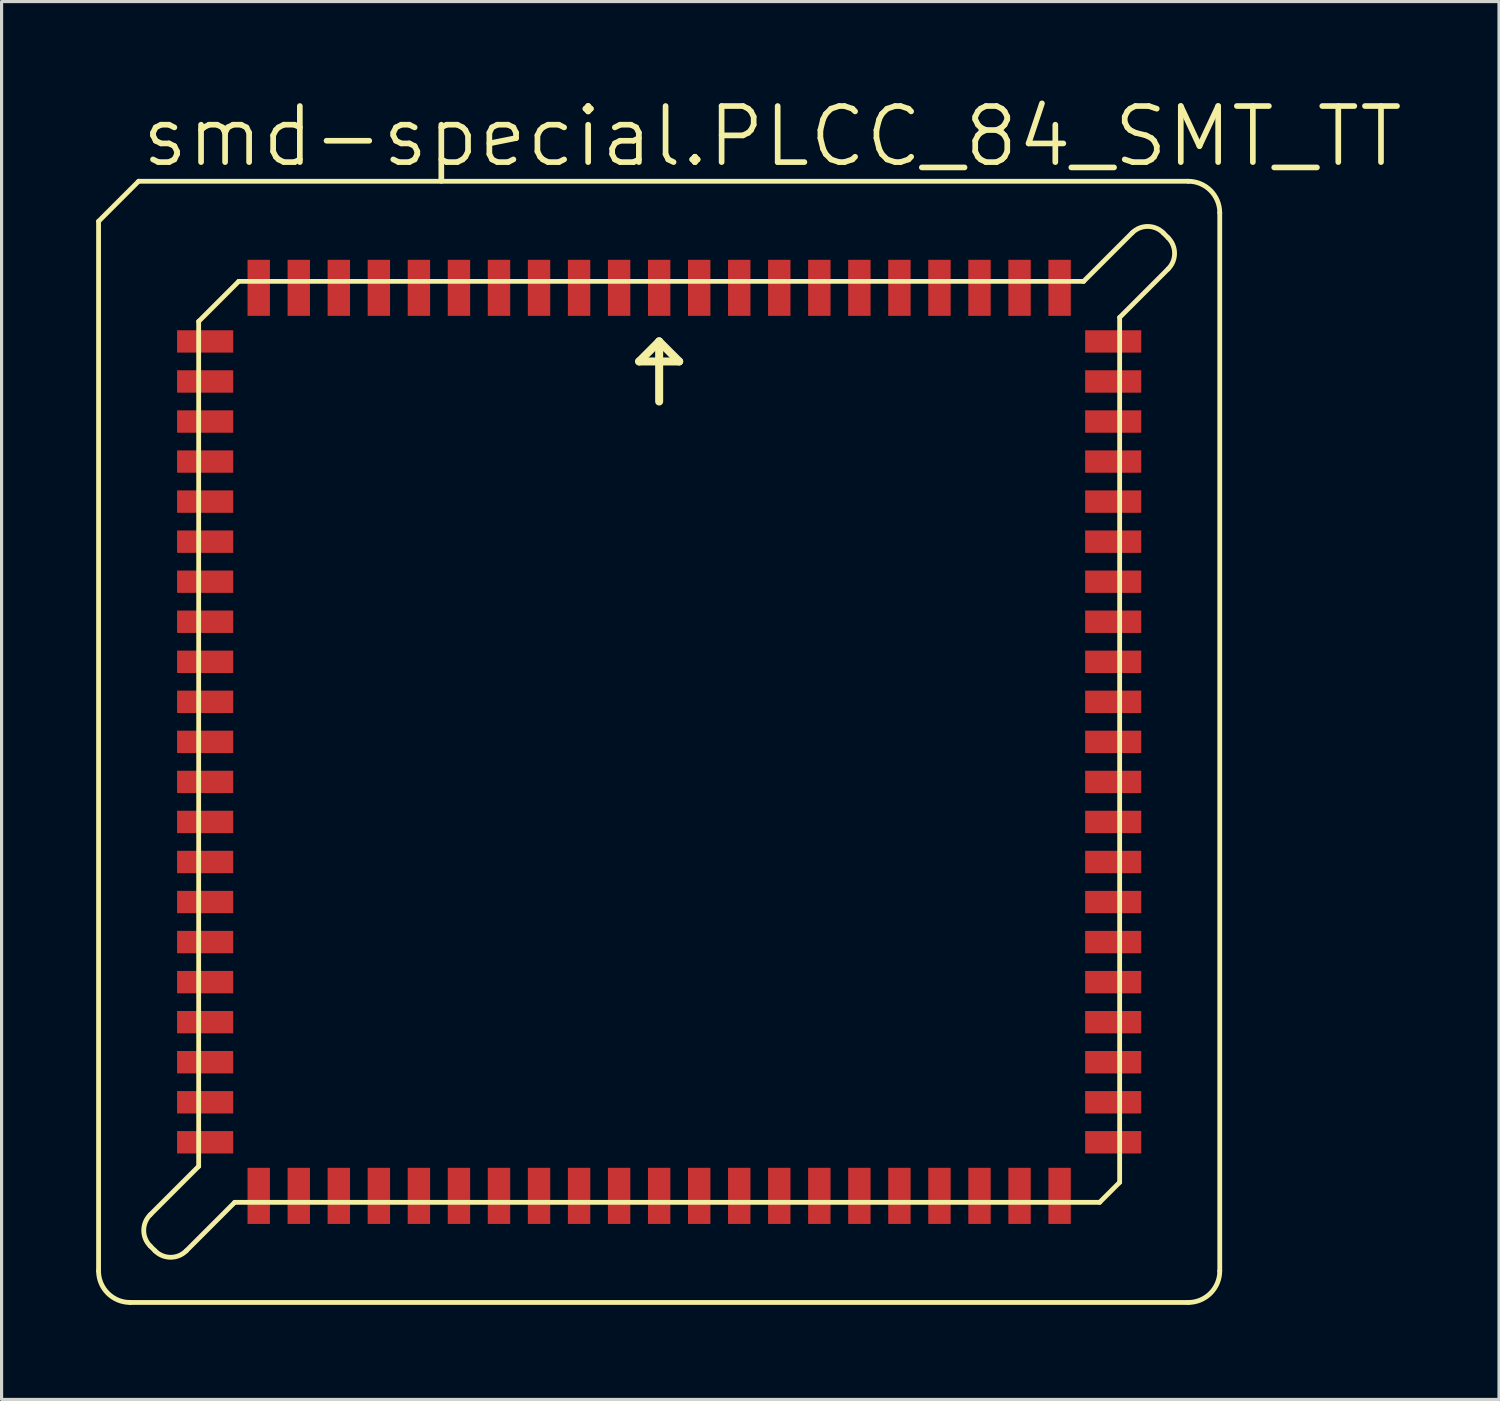
<source format=kicad_pcb>
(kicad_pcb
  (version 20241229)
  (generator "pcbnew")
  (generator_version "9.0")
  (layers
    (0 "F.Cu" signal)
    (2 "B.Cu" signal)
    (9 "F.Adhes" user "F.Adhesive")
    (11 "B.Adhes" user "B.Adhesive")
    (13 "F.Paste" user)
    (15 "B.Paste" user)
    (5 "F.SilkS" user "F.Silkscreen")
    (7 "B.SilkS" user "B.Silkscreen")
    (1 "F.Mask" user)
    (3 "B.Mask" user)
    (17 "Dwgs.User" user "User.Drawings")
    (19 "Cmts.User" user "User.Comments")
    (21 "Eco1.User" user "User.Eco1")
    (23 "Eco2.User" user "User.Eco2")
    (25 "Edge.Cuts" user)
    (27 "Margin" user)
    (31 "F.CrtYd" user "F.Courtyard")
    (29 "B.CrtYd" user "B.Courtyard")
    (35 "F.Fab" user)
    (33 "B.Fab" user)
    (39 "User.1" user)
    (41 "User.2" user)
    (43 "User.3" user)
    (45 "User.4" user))
  (footprint "smd-special.PLCC_84_SMT_TT"
    (layer "F.Cu")
    (at 17.856 20.479)
    (property "Reference" "smd-special.PLCC_84_SMT_TT" (at -16.51 -18.161 0) (layer "F.SilkS") (effects (font (size 1.778 1.778) (thickness 0.18)) (justify left bottom)))
    (attr smd)
    (fp_line (start -17.78 16.78) (end -17.78 -16.51) (stroke (width 0.152) (type default)) (layer "F.SilkS"))
    (fp_line (start -16.78 17.78) (end 16.78 17.78) (stroke (width 0.152) (type default)) (layer "F.SilkS"))
    (fp_line (start -16.51 -17.78) (end -17.78 -16.51) (stroke (width 0.152) (type default)) (layer "F.SilkS"))
    (fp_line (start -15.989 16.142) (end -16.142 15.989) (stroke (width 0.152) (type default)) (layer "F.SilkS"))
    (fp_line (start -14.605 -13.335) (end -13.335 -14.605) (stroke (width 0.152) (type default)) (layer "F.SilkS"))
    (fp_line (start -14.605 13.462) (end -16.142 14.999) (stroke (width 0.152) (type default)) (layer "F.SilkS"))
    (fp_line (start -14.605 13.462) (end -14.605 -13.335) (stroke (width 0.152) (type default)) (layer "F.SilkS"))
    (fp_line (start -13.462 14.605) (end -14.999 16.142) (stroke (width 0.152) (type default)) (layer "F.SilkS"))
    (fp_line (start -13.462 14.605) (end 13.97 14.605) (stroke (width 0.152) (type default)) (layer "F.SilkS"))
    (fp_line (start -13.335 -14.605) (end 13.462 -14.605) (stroke (width 0.152) (type default)) (layer "F.SilkS"))
    (fp_line (start -0.635 -12.065) (end 0 -12.7) (stroke (width 0.254) (type default)) (layer "F.SilkS"))
    (fp_line (start 0 -12.7) (end 0 -10.795) (stroke (width 0.254) (type default)) (layer "F.SilkS"))
    (fp_line (start 0 -12.7) (end 0.635 -12.065) (stroke (width 0.254) (type default)) (layer "F.SilkS"))
    (fp_line (start 0.635 -12.065) (end -0.635 -12.065) (stroke (width 0.254) (type default)) (layer "F.SilkS"))
    (fp_line (start 13.462 -14.605) (end 14.999 -16.142) (stroke (width 0.152) (type default)) (layer "F.SilkS"))
    (fp_line (start 14.605 13.97) (end 13.97 14.605) (stroke (width 0.152) (type default)) (layer "F.SilkS"))
    (fp_line (start 14.605 13.97) (end 14.605 -13.462) (stroke (width 0.152) (type default)) (layer "F.SilkS"))
    (fp_line (start 15.989 -16.142) (end 16.142 -15.989) (stroke (width 0.152) (type default)) (layer "F.SilkS"))
    (fp_line (start 16.142 -14.999) (end 14.605 -13.462) (stroke (width 0.152) (type default)) (layer "F.SilkS"))
    (fp_line (start 16.78 -17.78) (end -16.51 -17.78) (stroke (width 0.152) (type default)) (layer "F.SilkS"))
    (fp_line (start 17.78 16.78) (end 17.78 -16.78) (stroke (width 0.152) (type default)) (layer "F.SilkS"))
    (fp_arc (start -16.78 17.78) (mid -17.487107 17.487107) (end -17.78 16.78) (stroke (width 0.1524) (type default)) (layer "F.SilkS"))
    (fp_arc (start -16.142 15.989) (mid -16.347036 15.494) (end -16.142 14.999) (stroke (width 0.1524) (type default)) (layer "F.SilkS"))
    (fp_arc (start -14.999 16.142) (mid -15.494 16.347036) (end -15.989 16.142) (stroke (width 0.1524) (type default)) (layer "F.SilkS"))
    (fp_arc (start 14.999 -16.142) (mid 15.494 -16.347036) (end 15.989 -16.142) (stroke (width 0.1524) (type default)) (layer "F.SilkS"))
    (fp_arc (start 16.142 -15.989) (mid 16.347036 -15.494) (end 16.142 -14.999) (stroke (width 0.1524) (type default)) (layer "F.SilkS"))
    (fp_arc (start 16.78 -17.78) (mid 17.487107 -17.487107) (end 17.78 -16.78) (stroke (width 0.1524) (type default)) (layer "F.SilkS"))
    (fp_arc (start 17.78 16.78) (mid 17.487107 17.487107) (end 16.78 17.78) (stroke (width 0.1524) (type default)) (layer "F.SilkS"))
    (pad "1" smd roundrect (at 0 -14.4) (size 0.71 1.78) (layers "F.Cu" "F.Mask" "F.Paste") (roundrect_rratio 0.01))
    (pad "2" smd roundrect (at -1.27 -14.4) (size 0.71 1.78) (layers "F.Cu" "F.Mask" "F.Paste") (roundrect_rratio 0.01))
    (pad "3" smd roundrect (at -2.54 -14.4) (size 0.71 1.78) (layers "F.Cu" "F.Mask" "F.Paste") (roundrect_rratio 0.01))
    (pad "4" smd roundrect (at -3.81 -14.4) (size 0.71 1.78) (layers "F.Cu" "F.Mask" "F.Paste") (roundrect_rratio 0.01))
    (pad "5" smd roundrect (at -5.08 -14.4) (size 0.71 1.78) (layers "F.Cu" "F.Mask" "F.Paste") (roundrect_rratio 0.01))
    (pad "6" smd roundrect (at -6.35 -14.4) (size 0.71 1.78) (layers "F.Cu" "F.Mask" "F.Paste") (roundrect_rratio 0.01))
    (pad "7" smd roundrect (at -7.62 -14.4) (size 0.71 1.78) (layers "F.Cu" "F.Mask" "F.Paste") (roundrect_rratio 0.01))
    (pad "8" smd roundrect (at -8.89 -14.4) (size 0.71 1.78) (layers "F.Cu" "F.Mask" "F.Paste") (roundrect_rratio 0.01))
    (pad "9" smd roundrect (at -10.16 -14.4) (size 0.71 1.78) (layers "F.Cu" "F.Mask" "F.Paste") (roundrect_rratio 0.01))
    (pad "10" smd roundrect (at -11.43 -14.4) (size 0.71 1.78) (layers "F.Cu" "F.Mask" "F.Paste") (roundrect_rratio 0.01))
    (pad "11" smd roundrect (at -12.7 -14.4) (size 0.71 1.78) (layers "F.Cu" "F.Mask" "F.Paste") (roundrect_rratio 0.01))
    (pad "12" smd roundrect (at -14.4 -12.7) (size 1.78 0.71) (layers "F.Cu" "F.Mask" "F.Paste") (roundrect_rratio 0.01))
    (pad "13" smd roundrect (at -14.4 -11.43) (size 1.78 0.71) (layers "F.Cu" "F.Mask" "F.Paste") (roundrect_rratio 0.01))
    (pad "14" smd roundrect (at -14.4 -10.16) (size 1.78 0.71) (layers "F.Cu" "F.Mask" "F.Paste") (roundrect_rratio 0.01))
    (pad "15" smd roundrect (at -14.4 -8.89) (size 1.78 0.71) (layers "F.Cu" "F.Mask" "F.Paste") (roundrect_rratio 0.01))
    (pad "16" smd roundrect (at -14.4 -7.62) (size 1.78 0.71) (layers "F.Cu" "F.Mask" "F.Paste") (roundrect_rratio 0.01))
    (pad "17" smd roundrect (at -14.4 -6.35) (size 1.78 0.71) (layers "F.Cu" "F.Mask" "F.Paste") (roundrect_rratio 0.01))
    (pad "18" smd roundrect (at -14.4 -5.08) (size 1.78 0.71) (layers "F.Cu" "F.Mask" "F.Paste") (roundrect_rratio 0.01))
    (pad "19" smd roundrect (at -14.4 -3.81) (size 1.78 0.71) (layers "F.Cu" "F.Mask" "F.Paste") (roundrect_rratio 0.01))
    (pad "20" smd roundrect (at -14.4 -2.54) (size 1.78 0.71) (layers "F.Cu" "F.Mask" "F.Paste") (roundrect_rratio 0.01))
    (pad "21" smd roundrect (at -14.4 -1.27) (size 1.78 0.71) (layers "F.Cu" "F.Mask" "F.Paste") (roundrect_rratio 0.01))
    (pad "22" smd roundrect (at -14.4 0) (size 1.78 0.71) (layers "F.Cu" "F.Mask" "F.Paste") (roundrect_rratio 0.01))
    (pad "23" smd roundrect (at -14.4 1.27) (size 1.78 0.71) (layers "F.Cu" "F.Mask" "F.Paste") (roundrect_rratio 0.01))
    (pad "24" smd roundrect (at -14.4 2.54) (size 1.78 0.71) (layers "F.Cu" "F.Mask" "F.Paste") (roundrect_rratio 0.01))
    (pad "25" smd roundrect (at -14.4 3.81) (size 1.78 0.71) (layers "F.Cu" "F.Mask" "F.Paste") (roundrect_rratio 0.01))
    (pad "26" smd roundrect (at -14.4 5.08) (size 1.78 0.71) (layers "F.Cu" "F.Mask" "F.Paste") (roundrect_rratio 0.01))
    (pad "27" smd roundrect (at -14.4 6.35) (size 1.78 0.71) (layers "F.Cu" "F.Mask" "F.Paste") (roundrect_rratio 0.01))
    (pad "28" smd roundrect (at -14.4 7.62) (size 1.78 0.71) (layers "F.Cu" "F.Mask" "F.Paste") (roundrect_rratio 0.01))
    (pad "29" smd roundrect (at -14.4 8.89) (size 1.78 0.71) (layers "F.Cu" "F.Mask" "F.Paste") (roundrect_rratio 0.01))
    (pad "30" smd roundrect (at -14.4 10.16) (size 1.78 0.71) (layers "F.Cu" "F.Mask" "F.Paste") (roundrect_rratio 0.01))
    (pad "31" smd roundrect (at -14.4 11.43) (size 1.78 0.71) (layers "F.Cu" "F.Mask" "F.Paste") (roundrect_rratio 0.01))
    (pad "32" smd roundrect (at -14.4 12.7) (size 1.78 0.71) (layers "F.Cu" "F.Mask" "F.Paste") (roundrect_rratio 0.01))
    (pad "33" smd roundrect (at -12.7 14.4) (size 0.71 1.78) (layers "F.Cu" "F.Mask" "F.Paste") (roundrect_rratio 0.01))
    (pad "34" smd roundrect (at -11.43 14.4) (size 0.71 1.78) (layers "F.Cu" "F.Mask" "F.Paste") (roundrect_rratio 0.01))
    (pad "35" smd roundrect (at -10.16 14.4) (size 0.71 1.78) (layers "F.Cu" "F.Mask" "F.Paste") (roundrect_rratio 0.01))
    (pad "36" smd roundrect (at -8.89 14.4) (size 0.71 1.78) (layers "F.Cu" "F.Mask" "F.Paste") (roundrect_rratio 0.01))
    (pad "37" smd roundrect (at -7.62 14.4) (size 0.71 1.78) (layers "F.Cu" "F.Mask" "F.Paste") (roundrect_rratio 0.01))
    (pad "38" smd roundrect (at -6.35 14.4) (size 0.71 1.78) (layers "F.Cu" "F.Mask" "F.Paste") (roundrect_rratio 0.01))
    (pad "39" smd roundrect (at -5.08 14.4) (size 0.71 1.78) (layers "F.Cu" "F.Mask" "F.Paste") (roundrect_rratio 0.01))
    (pad "40" smd roundrect (at -3.81 14.4) (size 0.71 1.78) (layers "F.Cu" "F.Mask" "F.Paste") (roundrect_rratio 0.01))
    (pad "41" smd roundrect (at -2.54 14.4) (size 0.71 1.78) (layers "F.Cu" "F.Mask" "F.Paste") (roundrect_rratio 0.01))
    (pad "42" smd roundrect (at -1.27 14.4) (size 0.71 1.78) (layers "F.Cu" "F.Mask" "F.Paste") (roundrect_rratio 0.01))
    (pad "43" smd roundrect (at 0 14.4) (size 0.71 1.78) (layers "F.Cu" "F.Mask" "F.Paste") (roundrect_rratio 0.01))
    (pad "44" smd roundrect (at 1.27 14.4) (size 0.71 1.78) (layers "F.Cu" "F.Mask" "F.Paste") (roundrect_rratio 0.01))
    (pad "45" smd roundrect (at 2.54 14.4) (size 0.71 1.78) (layers "F.Cu" "F.Mask" "F.Paste") (roundrect_rratio 0.01))
    (pad "46" smd roundrect (at 3.81 14.4) (size 0.71 1.78) (layers "F.Cu" "F.Mask" "F.Paste") (roundrect_rratio 0.01))
    (pad "47" smd roundrect (at 5.08 14.4) (size 0.71 1.78) (layers "F.Cu" "F.Mask" "F.Paste") (roundrect_rratio 0.01))
    (pad "48" smd roundrect (at 6.35 14.4) (size 0.71 1.78) (layers "F.Cu" "F.Mask" "F.Paste") (roundrect_rratio 0.01))
    (pad "49" smd roundrect (at 7.62 14.4) (size 0.71 1.78) (layers "F.Cu" "F.Mask" "F.Paste") (roundrect_rratio 0.01))
    (pad "50" smd roundrect (at 8.89 14.4) (size 0.71 1.78) (layers "F.Cu" "F.Mask" "F.Paste") (roundrect_rratio 0.01))
    (pad "51" smd roundrect (at 10.16 14.4) (size 0.71 1.78) (layers "F.Cu" "F.Mask" "F.Paste") (roundrect_rratio 0.01))
    (pad "52" smd roundrect (at 11.43 14.4) (size 0.71 1.78) (layers "F.Cu" "F.Mask" "F.Paste") (roundrect_rratio 0.01))
    (pad "53" smd roundrect (at 12.7 14.4) (size 0.71 1.78) (layers "F.Cu" "F.Mask" "F.Paste") (roundrect_rratio 0.01))
    (pad "54" smd roundrect (at 14.4 12.7) (size 1.78 0.71) (layers "F.Cu" "F.Mask" "F.Paste") (roundrect_rratio 0.01))
    (pad "55" smd roundrect (at 14.4 11.43) (size 1.78 0.71) (layers "F.Cu" "F.Mask" "F.Paste") (roundrect_rratio 0.01))
    (pad "56" smd roundrect (at 14.4 10.16) (size 1.78 0.71) (layers "F.Cu" "F.Mask" "F.Paste") (roundrect_rratio 0.01))
    (pad "57" smd roundrect (at 14.4 8.89) (size 1.78 0.71) (layers "F.Cu" "F.Mask" "F.Paste") (roundrect_rratio 0.01))
    (pad "58" smd roundrect (at 14.4 7.62) (size 1.78 0.71) (layers "F.Cu" "F.Mask" "F.Paste") (roundrect_rratio 0.01))
    (pad "59" smd roundrect (at 14.4 6.35) (size 1.78 0.71) (layers "F.Cu" "F.Mask" "F.Paste") (roundrect_rratio 0.01))
    (pad "60" smd roundrect (at 14.4 5.08) (size 1.78 0.71) (layers "F.Cu" "F.Mask" "F.Paste") (roundrect_rratio 0.01))
    (pad "61" smd roundrect (at 14.4 3.81) (size 1.78 0.71) (layers "F.Cu" "F.Mask" "F.Paste") (roundrect_rratio 0.01))
    (pad "62" smd roundrect (at 14.4 2.54) (size 1.78 0.71) (layers "F.Cu" "F.Mask" "F.Paste") (roundrect_rratio 0.01))
    (pad "63" smd roundrect (at 14.4 1.27) (size 1.78 0.71) (layers "F.Cu" "F.Mask" "F.Paste") (roundrect_rratio 0.01))
    (pad "64" smd roundrect (at 14.4 0) (size 1.78 0.71) (layers "F.Cu" "F.Mask" "F.Paste") (roundrect_rratio 0.01))
    (pad "65" smd roundrect (at 14.4 -1.27) (size 1.78 0.71) (layers "F.Cu" "F.Mask" "F.Paste") (roundrect_rratio 0.01))
    (pad "66" smd roundrect (at 14.4 -2.54) (size 1.78 0.71) (layers "F.Cu" "F.Mask" "F.Paste") (roundrect_rratio 0.01))
    (pad "67" smd roundrect (at 14.4 -3.81) (size 1.78 0.71) (layers "F.Cu" "F.Mask" "F.Paste") (roundrect_rratio 0.01))
    (pad "68" smd roundrect (at 14.4 -5.08) (size 1.78 0.71) (layers "F.Cu" "F.Mask" "F.Paste") (roundrect_rratio 0.01))
    (pad "69" smd roundrect (at 14.4 -6.35) (size 1.78 0.71) (layers "F.Cu" "F.Mask" "F.Paste") (roundrect_rratio 0.01))
    (pad "70" smd roundrect (at 14.4 -7.62) (size 1.78 0.71) (layers "F.Cu" "F.Mask" "F.Paste") (roundrect_rratio 0.01))
    (pad "71" smd roundrect (at 14.4 -8.89) (size 1.78 0.71) (layers "F.Cu" "F.Mask" "F.Paste") (roundrect_rratio 0.01))
    (pad "72" smd roundrect (at 14.4 -10.16) (size 1.78 0.71) (layers "F.Cu" "F.Mask" "F.Paste") (roundrect_rratio 0.01))
    (pad "73" smd roundrect (at 14.4 -11.43) (size 1.78 0.71) (layers "F.Cu" "F.Mask" "F.Paste") (roundrect_rratio 0.01))
    (pad "74" smd roundrect (at 14.4 -12.7) (size 1.78 0.71) (layers "F.Cu" "F.Mask" "F.Paste") (roundrect_rratio 0.01))
    (pad "75" smd roundrect (at 12.7 -14.4) (size 0.71 1.78) (layers "F.Cu" "F.Mask" "F.Paste") (roundrect_rratio 0.01))
    (pad "76" smd roundrect (at 11.43 -14.4) (size 0.71 1.78) (layers "F.Cu" "F.Mask" "F.Paste") (roundrect_rratio 0.01))
    (pad "77" smd roundrect (at 10.16 -14.4) (size 0.71 1.78) (layers "F.Cu" "F.Mask" "F.Paste") (roundrect_rratio 0.01))
    (pad "78" smd roundrect (at 8.89 -14.4) (size 0.71 1.78) (layers "F.Cu" "F.Mask" "F.Paste") (roundrect_rratio 0.01))
    (pad "79" smd roundrect (at 7.62 -14.4) (size 0.71 1.78) (layers "F.Cu" "F.Mask" "F.Paste") (roundrect_rratio 0.01))
    (pad "80" smd roundrect (at 6.35 -14.4) (size 0.71 1.78) (layers "F.Cu" "F.Mask" "F.Paste") (roundrect_rratio 0.01))
    (pad "81" smd roundrect (at 5.08 -14.4) (size 0.71 1.78) (layers "F.Cu" "F.Mask" "F.Paste") (roundrect_rratio 0.01))
    (pad "82" smd roundrect (at 3.81 -14.4) (size 0.71 1.78) (layers "F.Cu" "F.Mask" "F.Paste") (roundrect_rratio 0.01))
    (pad "83" smd roundrect (at 2.54 -14.4) (size 0.71 1.78) (layers "F.Cu" "F.Mask" "F.Paste") (roundrect_rratio 0.01))
    (pad "84" smd roundrect (at 1.27 -14.4) (size 0.71 1.78) (layers "F.Cu" "F.Mask" "F.Paste") (roundrect_rratio 0.01)))
  (gr_rect
    (start -3 -3)
    (end 44.493 41.335)
    (stroke (width 0.1) (type default))
    (fill no)
    (layer "Edge.Cuts")))
</source>
